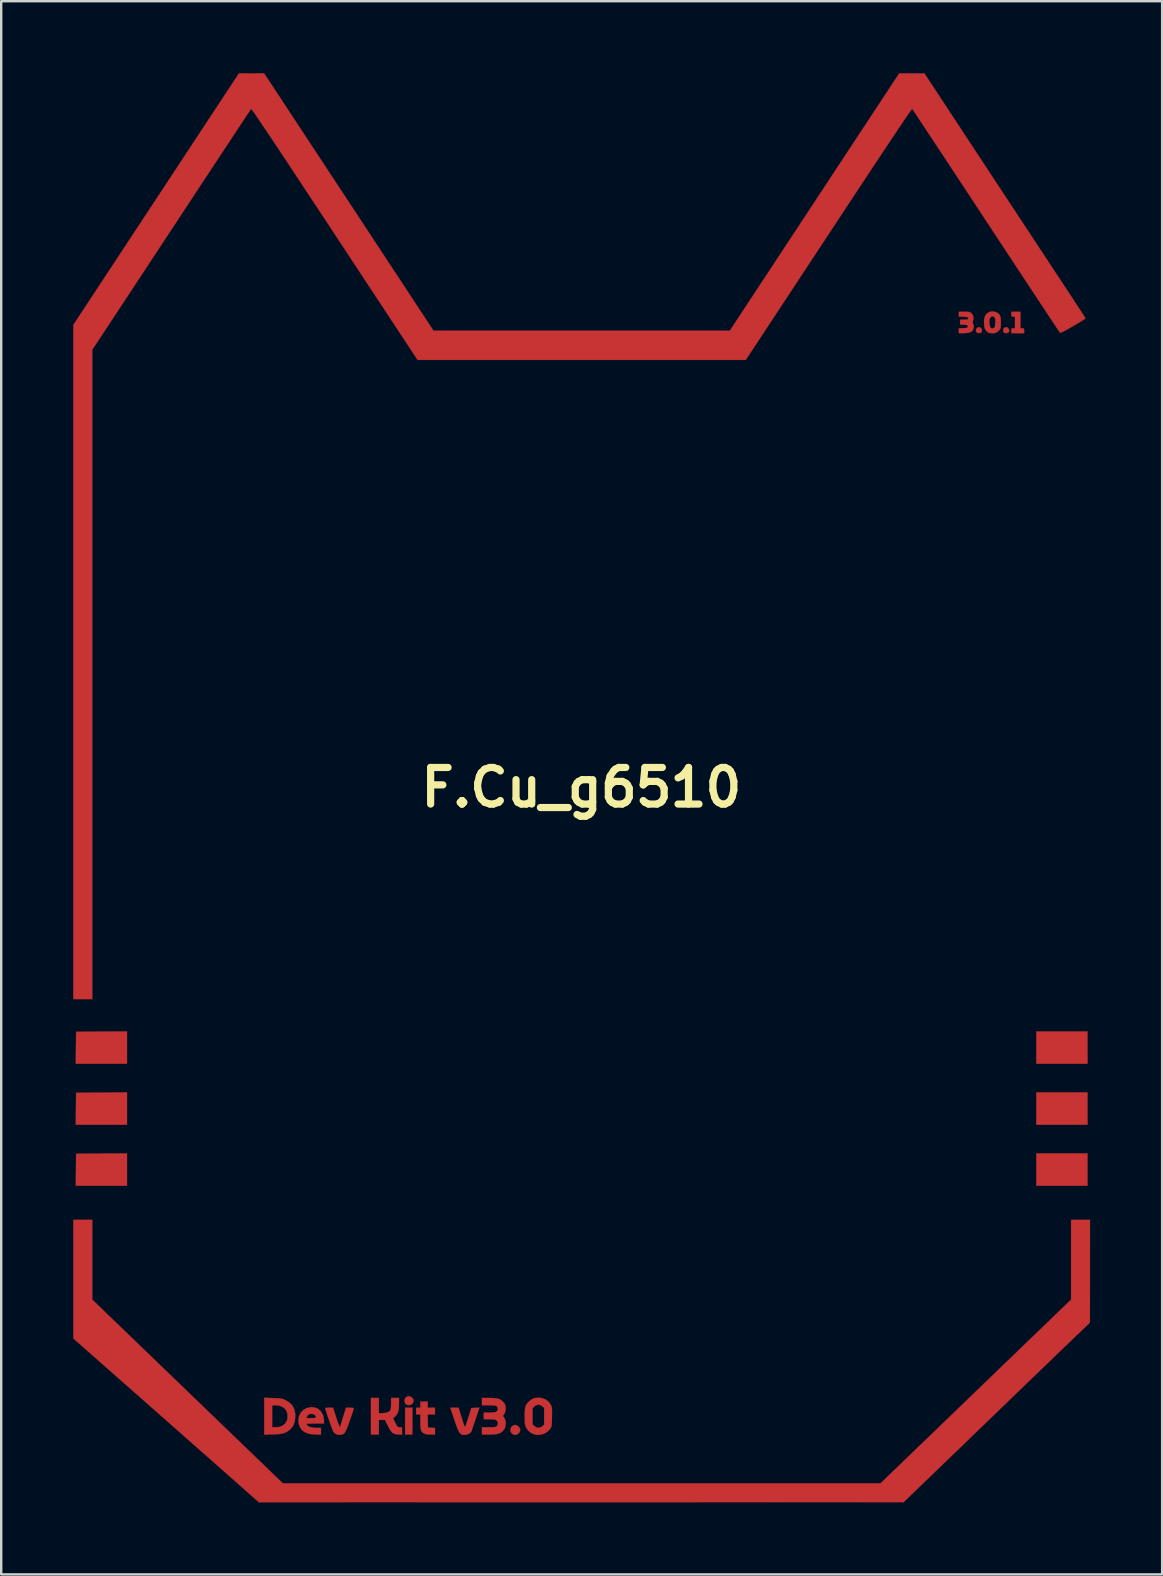
<source format=kicad_pcb>
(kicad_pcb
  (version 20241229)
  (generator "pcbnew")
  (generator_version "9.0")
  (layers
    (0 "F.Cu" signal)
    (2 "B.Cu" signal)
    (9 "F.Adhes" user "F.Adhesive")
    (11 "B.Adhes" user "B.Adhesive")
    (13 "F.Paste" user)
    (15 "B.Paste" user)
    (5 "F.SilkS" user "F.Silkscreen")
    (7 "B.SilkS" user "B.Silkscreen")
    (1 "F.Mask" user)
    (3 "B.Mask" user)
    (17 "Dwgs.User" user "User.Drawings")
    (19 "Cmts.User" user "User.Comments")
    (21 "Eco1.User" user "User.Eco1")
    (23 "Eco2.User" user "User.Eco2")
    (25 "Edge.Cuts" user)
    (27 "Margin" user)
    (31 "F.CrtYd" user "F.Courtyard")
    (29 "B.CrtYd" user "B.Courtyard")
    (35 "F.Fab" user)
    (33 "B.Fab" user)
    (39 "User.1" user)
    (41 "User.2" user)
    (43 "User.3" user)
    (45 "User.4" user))
  (footprint "F.Cu_g6510"
    (layer "F.Cu")
    (at 21.163 29.748)
    (property "Reference" "F.Cu_g6510" (at 0 0 0) (layer "F.SilkS") (effects (font (size 1.524 1.524) (thickness 0.3))))
    (attr through_hole)
    (fp_poly (pts (xy -18.923 11.506) (xy -21.057 11.506) (xy -21.044 10.173) (xy -18.923 10.159) (xy -18.923 11.506)) (stroke (width 0.01) (type solid)) (fill yes) (layer "F.Cu"))
    (fp_poly (pts (xy -18.923 14.046) (xy -21.057 14.046) (xy -21.044 12.713) (xy -18.923 12.699) (xy -18.923 14.046)) (stroke (width 0.01) (type solid)) (fill yes) (layer "F.Cu"))
    (fp_poly (pts (xy -18.923 16.586) (xy -21.057 16.586) (xy -21.044 15.253) (xy -18.923 15.239) (xy -18.923 16.586)) (stroke (width 0.01) (type solid)) (fill yes) (layer "F.Cu"))
    (fp_poly (pts (xy -7.036 26.949) (xy -7.341 26.949) (xy -7.341 25.832) (xy -7.036 25.832) (xy -7.036 26.949)) (stroke (width 0.01) (type solid)) (fill yes) (layer "F.Cu"))
    (fp_poly (pts (xy 21.082 11.506) (xy 18.948 11.506) (xy 18.948 10.16) (xy 21.082 10.16) (xy 21.082 11.506)) (stroke (width 0.01) (type solid)) (fill yes) (layer "F.Cu"))
    (fp_poly (pts (xy 21.082 14.046) (xy 18.948 14.046) (xy 18.948 12.7) (xy 21.082 12.7) (xy 21.082 14.046)) (stroke (width 0.01) (type solid)) (fill yes) (layer "F.Cu"))
    (fp_poly (pts (xy 21.082 16.586) (xy 18.948 16.586) (xy 18.948 15.24) (xy 21.082 15.24) (xy 21.082 16.586)) (stroke (width 0.01) (type solid)) (fill yes) (layer "F.Cu"))
    (fp_poly (pts (xy 16.597 -19.164) (xy 16.636 -19.14) (xy 16.679 -19.075) (xy 16.684 -19.005) (xy 16.657 -18.953) (xy 16.602 -18.928) (xy 16.531 -18.927) (xy 16.471 -18.949) (xy 16.46 -18.96) (xy 16.432 -19.024) (xy 16.441 -19.087) (xy 16.479 -19.138) (xy 16.534 -19.168) (xy 16.597 -19.164)) (stroke (width 0.01) (type solid)) (fill yes) (layer "F.Cu"))
    (fp_poly (pts (xy 17.763 -19.152) (xy 17.796 -19.112) (xy 17.824 -19.035) (xy 17.807 -18.972) (xy 17.75 -18.932) (xy 17.691 -18.923) (xy 17.625 -18.931) (xy 17.589 -18.961) (xy 17.577 -18.986) (xy 17.565 -19.069) (xy 17.599 -19.132) (xy 17.629 -19.152) (xy 17.704 -19.175) (xy 17.763 -19.152)) (stroke (width 0.01) (type solid)) (fill yes) (layer "F.Cu"))
    (fp_poly (pts (xy -7.106 25.371) (xy -7.036 25.425) (xy -6.992 25.498) (xy -6.985 25.54) (xy -7.007 25.621) (xy -7.063 25.683) (xy -7.14 25.719) (xy -7.224 25.724) (xy -7.3 25.693) (xy -7.315 25.679) (xy -7.361 25.604) (xy -7.367 25.52) (xy -7.34 25.44) (xy -7.284 25.379) (xy -7.204 25.35) (xy -7.187 25.349) (xy -7.106 25.371)) (stroke (width 0.01) (type solid)) (fill yes) (layer "F.Cu"))
    (fp_poly (pts (xy -2.704 26.556) (xy -2.619 26.613) (xy -2.614 26.617) (xy -2.554 26.702) (xy -2.545 26.787) (xy -2.587 26.871) (xy -2.597 26.884) (xy -2.681 26.947) (xy -2.772 26.963) (xy -2.845 26.943) (xy -2.92 26.879) (xy -2.956 26.796) (xy -2.952 26.705) (xy -2.907 26.622) (xy -2.877 26.593) (xy -2.79 26.549) (xy -2.704 26.556)) (stroke (width 0.01) (type solid)) (fill yes) (layer "F.Cu"))
    (fp_poly (pts (xy 18.288 -19.126) (xy 18.364 -19.126) (xy 18.413 -19.122) (xy 18.435 -19.1) (xy 18.44 -19.046) (xy 18.44 -19.025) (xy 18.44 -18.923) (xy 17.907 -18.923) (xy 17.907 -19.025) (xy 17.91 -19.09) (xy 17.926 -19.119) (xy 17.967 -19.126) (xy 17.983 -19.126) (xy 18.059 -19.126) (xy 18.059 -19.609) (xy 17.983 -19.609) (xy 17.934 -19.613) (xy 17.913 -19.635) (xy 17.907 -19.689) (xy 17.907 -19.71) (xy 17.907 -19.812) (xy 18.288 -19.812) (xy 18.288 -19.126)) (stroke (width 0.01) (type solid)) (fill yes) (layer "F.Cu"))
    (fp_poly (pts (xy -6.401 25.832) (xy -6.096 25.832) (xy -6.096 26.111) (xy -6.403 26.111) (xy -6.395 26.384) (xy -6.388 26.657) (xy -6.242 26.665) (xy -6.096 26.673) (xy -6.096 26.949) (xy -6.267 26.947) (xy -6.361 26.945) (xy -6.437 26.939) (xy -6.477 26.933) (xy -6.561 26.9) (xy -6.622 26.858) (xy -6.664 26.8) (xy -6.689 26.718) (xy -6.702 26.603) (xy -6.706 26.447) (xy -6.706 26.417) (xy -6.706 26.111) (xy -6.883 26.111) (xy -6.883 25.832) (xy -6.706 25.832) (xy -6.706 25.578) (xy -6.401 25.578) (xy -6.401 25.832)) (stroke (width 0.01) (type solid)) (fill yes) (layer "F.Cu"))
    (fp_poly (pts (xy -4.406 26.307) (xy -4.456 26.456) (xy -4.502 26.591) (xy -4.54 26.702) (xy -4.568 26.783) (xy -4.583 26.825) (xy -4.584 26.827) (xy -4.633 26.887) (xy -4.717 26.934) (xy -4.819 26.96) (xy -4.923 26.962) (xy -4.945 26.958) (xy -4.993 26.942) (xy -5.036 26.914) (xy -5.076 26.866) (xy -5.117 26.794) (xy -5.162 26.692) (xy -5.214 26.553) (xy -5.277 26.372) (xy -5.29 26.332) (xy -5.457 25.832) (xy -5.114 25.832) (xy -4.989 26.238) (xy -4.947 26.372) (xy -4.909 26.488) (xy -4.878 26.577) (xy -4.857 26.631) (xy -4.85 26.644) (xy -4.838 26.621) (xy -4.813 26.558) (xy -4.78 26.462) (xy -4.74 26.342) (xy -4.709 26.245) (xy -4.583 25.845) (xy -4.414 25.837) (xy -4.245 25.83) (xy -4.406 26.307)) (stroke (width 0.01) (type solid)) (fill yes) (layer "F.Cu"))
    (fp_poly (pts (xy -8.433 26.06) (xy -8.312 26.06) (xy -8.171 26.049) (xy -8.057 26.018) (xy -7.979 25.97) (xy -7.964 25.952) (xy -7.943 25.903) (xy -7.93 25.822) (xy -7.925 25.701) (xy -7.925 25.661) (xy -7.925 25.425) (xy -7.595 25.425) (xy -7.595 25.66) (xy -7.599 25.824) (xy -7.615 25.949) (xy -7.645 26.045) (xy -7.691 26.123) (xy -7.746 26.183) (xy -7.842 26.275) (xy -7.751 26.46) (xy -7.705 26.551) (xy -7.671 26.606) (xy -7.641 26.634) (xy -7.604 26.643) (xy -7.564 26.645) (xy -7.468 26.645) (xy -7.468 26.955) (xy -7.632 26.945) (xy -7.737 26.933) (xy -7.819 26.908) (xy -7.886 26.861) (xy -7.947 26.787) (xy -8.012 26.676) (xy -8.057 26.585) (xy -8.177 26.34) (xy -8.433 26.34) (xy -8.433 26.949) (xy -8.763 26.949) (xy -8.763 25.425) (xy -8.433 25.425) (xy -8.433 26.06)) (stroke (width 0.01) (type solid)) (fill yes) (layer "F.Cu"))
    (fp_poly (pts (xy -12.84 25.431) (xy -12.694 25.436) (xy -12.587 25.443) (xy -12.508 25.452) (xy -12.445 25.466) (xy -12.387 25.487) (xy -12.322 25.518) (xy -12.308 25.524) (xy -12.148 25.625) (xy -12.031 25.748) (xy -11.955 25.898) (xy -11.919 26.078) (xy -11.916 26.233) (xy -11.941 26.421) (xy -12 26.576) (xy -12.096 26.704) (xy -12.176 26.774) (xy -12.256 26.83) (xy -12.333 26.871) (xy -12.417 26.9) (xy -12.519 26.92) (xy -12.65 26.933) (xy -12.82 26.941) (xy -12.846 26.942) (xy -13.208 26.956) (xy -13.208 26.645) (xy -12.878 26.645) (xy -12.719 26.644) (xy -12.598 26.636) (xy -12.503 26.608) (xy -12.461 26.587) (xy -12.344 26.498) (xy -12.271 26.387) (xy -12.243 26.292) (xy -12.235 26.129) (xy -12.271 25.988) (xy -12.347 25.873) (xy -12.459 25.789) (xy -12.603 25.741) (xy -12.719 25.731) (xy -12.878 25.73) (xy -12.878 26.645) (xy -13.208 26.645) (xy -13.208 25.418) (xy -12.84 25.431)) (stroke (width 0.01) (type solid)) (fill yes) (layer "F.Cu"))
    (fp_poly (pts (xy 16.064 -19.811) (xy 16.136 -19.806) (xy 16.185 -19.794) (xy 16.221 -19.772) (xy 16.258 -19.738) (xy 16.316 -19.648) (xy 16.335 -19.543) (xy 16.312 -19.441) (xy 16.307 -19.432) (xy 16.297 -19.374) (xy 16.321 -19.293) (xy 16.321 -19.291) (xy 16.345 -19.214) (xy 16.341 -19.145) (xy 16.331 -19.109) (xy 16.288 -19.027) (xy 16.22 -18.97) (xy 16.12 -18.937) (xy 15.98 -18.924) (xy 15.932 -18.923) (xy 15.723 -18.923) (xy 15.723 -19.124) (xy 15.907 -19.131) (xy 16.002 -19.136) (xy 16.057 -19.144) (xy 16.083 -19.158) (xy 16.09 -19.184) (xy 16.091 -19.202) (xy 16.087 -19.237) (xy 16.069 -19.257) (xy 16.025 -19.267) (xy 15.943 -19.273) (xy 15.932 -19.273) (xy 15.773 -19.281) (xy 15.773 -19.482) (xy 15.936 -19.482) (xy 16.037 -19.486) (xy 16.094 -19.5) (xy 16.112 -19.517) (xy 16.111 -19.562) (xy 16.067 -19.591) (xy 15.977 -19.606) (xy 15.895 -19.609) (xy 15.723 -19.609) (xy 15.723 -19.812) (xy 15.953 -19.812) (xy 16.064 -19.811)) (stroke (width 0.01) (type solid)) (fill yes) (layer "F.Cu"))
    (fp_poly (pts (xy -20.371 19.668) (xy -20.371 21.328) (xy -16.402 25.155) (xy -12.433 28.981) (xy 12.46 28.981) (xy 20.396 21.329) (xy 20.396 18.009) (xy 21.184 18.009) (xy 21.183 20.149) (xy 21.181 22.288) (xy 20.617 22.827) (xy 20.539 22.902) (xy 20.426 23.011) (xy 20.281 23.15) (xy 20.107 23.318) (xy 19.904 23.512) (xy 19.677 23.731) (xy 19.426 23.973) (xy 19.155 24.234) (xy 18.865 24.514) (xy 18.559 24.809) (xy 18.239 25.117) (xy 17.907 25.438) (xy 17.566 25.767) (xy 17.217 26.103) (xy 16.864 26.445) (xy 16.739 26.565) (xy 13.424 29.765) (xy -0.005 29.767) (xy -13.434 29.769) (xy -14.157 29.127) (xy -14.258 29.038) (xy -14.394 28.918) (xy -14.563 28.768) (xy -14.762 28.592) (xy -14.989 28.392) (xy -15.24 28.17) (xy -15.514 27.928) (xy -15.807 27.669) (xy -16.118 27.395) (xy -16.442 27.108) (xy -16.778 26.811) (xy -17.124 26.507) (xy -17.475 26.196) (xy -17.83 25.883) (xy -18.018 25.718) (xy -21.156 22.949) (xy -21.157 20.479) (xy -21.158 18.009) (xy -20.371 18.009) (xy -20.371 19.668)) (stroke (width 0.01) (type solid)) (fill yes) (layer "F.Cu"))
    (fp_poly (pts (xy -10.211 26.239) (xy -10.167 26.372) (xy -10.126 26.485) (xy -10.092 26.571) (xy -10.068 26.621) (xy -10.057 26.631) (xy -10.034 26.596) (xy -10.033 26.589) (xy -10.026 26.557) (xy -10.005 26.485) (xy -9.975 26.383) (xy -9.937 26.261) (xy -9.917 26.197) (xy -9.802 25.832) (xy -9.638 25.832) (xy -9.54 25.836) (xy -9.488 25.847) (xy -9.476 25.864) (xy -9.485 25.896) (xy -9.508 25.969) (xy -9.543 26.074) (xy -9.587 26.204) (xy -9.638 26.35) (xy -9.647 26.376) (xy -9.712 26.555) (xy -9.765 26.693) (xy -9.81 26.794) (xy -9.851 26.865) (xy -9.893 26.912) (xy -9.939 26.94) (xy -9.993 26.956) (xy -10.034 26.963) (xy -10.122 26.961) (xy -10.203 26.939) (xy -10.272 26.895) (xy -10.324 26.84) (xy -10.342 26.802) (xy -10.372 26.726) (xy -10.411 26.62) (xy -10.456 26.496) (xy -10.504 26.361) (xy -10.551 26.225) (xy -10.594 26.097) (xy -10.63 25.987) (xy -10.655 25.904) (xy -10.667 25.857) (xy -10.668 25.852) (xy -10.645 25.842) (xy -10.584 25.834) (xy -10.504 25.832) (xy -10.34 25.832) (xy -10.211 26.239)) (stroke (width 0.01) (type solid)) (fill yes) (layer "F.Cu"))
    (fp_poly (pts (xy 17.238 -19.807) (xy 17.284 -19.79) (xy 17.366 -19.742) (xy 17.423 -19.681) (xy 17.457 -19.595) (xy 17.472 -19.478) (xy 17.471 -19.323) (xy 17.466 -19.214) (xy 17.459 -19.143) (xy 17.444 -19.096) (xy 17.417 -19.058) (xy 17.374 -19.016) (xy 17.368 -19.01) (xy 17.309 -18.961) (xy 17.256 -18.935) (xy 17.19 -18.924) (xy 17.117 -18.923) (xy 17.027 -18.926) (xy 16.968 -18.938) (xy 16.92 -18.968) (xy 16.879 -19.006) (xy 16.827 -19.069) (xy 16.796 -19.139) (xy 16.778 -19.236) (xy 16.771 -19.372) (xy 16.993 -19.372) (xy 17.004 -19.248) (xy 17.035 -19.163) (xy 17.084 -19.119) (xy 17.148 -19.121) (xy 17.183 -19.138) (xy 17.211 -19.165) (xy 17.228 -19.208) (xy 17.237 -19.282) (xy 17.241 -19.354) (xy 17.243 -19.46) (xy 17.235 -19.529) (xy 17.216 -19.573) (xy 17.206 -19.586) (xy 17.149 -19.628) (xy 17.093 -19.622) (xy 17.043 -19.583) (xy 17.013 -19.541) (xy 16.998 -19.48) (xy 16.993 -19.387) (xy 16.993 -19.372) (xy 16.771 -19.372) (xy 16.769 -19.427) (xy 16.792 -19.58) (xy 16.85 -19.696) (xy 16.876 -19.726) (xy 16.983 -19.801) (xy 17.105 -19.829) (xy 17.238 -19.807)) (stroke (width 0.01) (type solid)) (fill yes) (layer "F.Cu"))
    (fp_poly (pts (xy -11.074 25.83) (xy -10.941 25.895) (xy -10.836 25.999) (xy -10.762 26.135) (xy -10.724 26.3) (xy -10.719 26.389) (xy -10.719 26.492) (xy -11.088 26.492) (xy -11.231 26.492) (xy -11.331 26.494) (xy -11.394 26.497) (xy -11.428 26.504) (xy -11.439 26.516) (xy -11.435 26.533) (xy -11.429 26.545) (xy -11.368 26.606) (xy -11.262 26.647) (xy -11.115 26.668) (xy -11.037 26.67) (xy -10.846 26.67) (xy -10.846 26.949) (xy -11.043 26.948) (xy -11.157 26.943) (xy -11.269 26.931) (xy -11.354 26.915) (xy -11.355 26.915) (xy -11.509 26.857) (xy -11.624 26.774) (xy -11.709 26.661) (xy -11.72 26.639) (xy -11.773 26.484) (xy -11.784 26.328) (xy -11.772 26.264) (xy -11.457 26.264) (xy -11.253 26.264) (xy -11.148 26.262) (xy -11.086 26.255) (xy -11.056 26.242) (xy -11.049 26.226) (xy -11.071 26.169) (xy -11.126 26.118) (xy -11.197 26.089) (xy -11.225 26.086) (xy -11.317 26.096) (xy -11.378 26.131) (xy -11.419 26.19) (xy -11.457 26.264) (xy -11.772 26.264) (xy -11.755 26.179) (xy -11.691 26.046) (xy -11.594 25.937) (xy -11.468 25.86) (xy -11.424 25.845) (xy -11.336 25.823) (xy -11.258 25.809) (xy -11.229 25.807) (xy -11.074 25.83)) (stroke (width 0.01) (type solid)) (fill yes) (layer "F.Cu"))
    (fp_poly (pts (xy -1.6 25.442) (xy -1.457 25.508) (xy -1.341 25.609) (xy -1.272 25.714) (xy -1.25 25.762) (xy -1.235 25.81) (xy -1.226 25.867) (xy -1.222 25.943) (xy -1.221 26.048) (xy -1.223 26.192) (xy -1.224 26.222) (xy -1.227 26.372) (xy -1.231 26.48) (xy -1.237 26.556) (xy -1.247 26.611) (xy -1.263 26.652) (xy -1.286 26.691) (xy -1.308 26.724) (xy -1.417 26.836) (xy -1.555 26.915) (xy -1.712 26.958) (xy -1.875 26.96) (xy -1.943 26.947) (xy -2.093 26.885) (xy -2.216 26.784) (xy -2.306 26.65) (xy -2.337 26.566) (xy -2.35 26.493) (xy -2.357 26.384) (xy -2.361 26.253) (xy -2.36 26.114) (xy -2.356 25.981) (xy -2.347 25.87) (xy -2.344 25.853) (xy -2.032 25.853) (xy -2.032 26.522) (xy -1.958 26.596) (xy -1.866 26.657) (xy -1.767 26.67) (xy -1.666 26.633) (xy -1.628 26.604) (xy -1.549 26.538) (xy -1.549 25.836) (xy -1.628 25.771) (xy -1.727 25.714) (xy -1.827 25.707) (xy -1.923 25.749) (xy -1.958 25.779) (xy -2.032 25.853) (xy -2.344 25.853) (xy -2.334 25.794) (xy -2.281 25.682) (xy -2.191 25.577) (xy -2.078 25.49) (xy -1.956 25.434) (xy -1.928 25.427) (xy -1.76 25.413) (xy -1.6 25.442)) (stroke (width 0.01) (type solid)) (fill yes) (layer "F.Cu"))
    (fp_poly (pts (xy -3.854 25.426) (xy -3.728 25.428) (xy -3.611 25.434) (xy -3.519 25.444) (xy -3.474 25.452) (xy -3.358 25.505) (xy -3.254 25.59) (xy -3.187 25.681) (xy -3.154 25.79) (xy -3.152 25.914) (xy -3.179 26.032) (xy -3.208 26.088) (xy -3.266 26.175) (xy -3.208 26.261) (xy -3.167 26.344) (xy -3.15 26.445) (xy -3.15 26.484) (xy -3.165 26.625) (xy -3.214 26.736) (xy -3.302 26.831) (xy -3.371 26.879) (xy -3.451 26.913) (xy -3.552 26.935) (xy -3.684 26.946) (xy -3.854 26.949) (xy -4.14 26.949) (xy -4.14 26.645) (xy -3.852 26.645) (xy -3.724 26.644) (xy -3.637 26.64) (xy -3.581 26.632) (xy -3.545 26.617) (xy -3.52 26.596) (xy -3.519 26.595) (xy -3.479 26.519) (xy -3.481 26.437) (xy -3.522 26.368) (xy -3.53 26.36) (xy -3.569 26.338) (xy -3.623 26.323) (xy -3.705 26.316) (xy -3.826 26.314) (xy -4.064 26.314) (xy -4.064 26.035) (xy -3.828 26.035) (xy -3.684 26.03) (xy -3.583 26.014) (xy -3.52 25.984) (xy -3.487 25.937) (xy -3.48 25.883) (xy -3.486 25.823) (xy -3.508 25.781) (xy -3.553 25.753) (xy -3.63 25.738) (xy -3.745 25.731) (xy -3.85 25.73) (xy -4.14 25.73) (xy -4.14 25.425) (xy -3.854 25.426)) (stroke (width 0.01) (type solid)) (fill yes) (layer "F.Cu"))
    (fp_poly (pts (xy 13.763 -29.742) (xy 14.287 -29.741) (xy 15.837 -27.387) (xy 16.065 -27.039) (xy 16.318 -26.655) (xy 16.59 -26.241) (xy 16.878 -25.805) (xy 17.176 -25.351) (xy 17.482 -24.887) (xy 17.79 -24.42) (xy 18.096 -23.955) (xy 18.397 -23.498) (xy 18.688 -23.057) (xy 18.964 -22.638) (xy 19.186 -22.301) (xy 19.408 -21.964) (xy 19.622 -21.639) (xy 19.828 -21.327) (xy 20.022 -21.032) (xy 20.203 -20.757) (xy 20.37 -20.503) (xy 20.521 -20.273) (xy 20.654 -20.07) (xy 20.768 -19.897) (xy 20.86 -19.755) (xy 20.93 -19.648) (xy 20.976 -19.577) (xy 20.996 -19.546) (xy 20.996 -19.545) (xy 20.978 -19.526) (xy 20.922 -19.485) (xy 20.833 -19.428) (xy 20.717 -19.356) (xy 20.581 -19.275) (xy 20.483 -19.218) (xy 20.314 -19.121) (xy 20.184 -19.048) (xy 20.086 -18.997) (xy 20.017 -18.964) (xy 19.971 -18.947) (xy 19.942 -18.944) (xy 19.927 -18.952) (xy 19.91 -18.976) (xy 19.867 -19.041) (xy 19.798 -19.144) (xy 19.705 -19.284) (xy 19.59 -19.458) (xy 19.452 -19.666) (xy 19.295 -19.904) (xy 19.119 -20.171) (xy 18.925 -20.465) (xy 18.714 -20.783) (xy 18.489 -21.125) (xy 18.25 -21.488) (xy 17.998 -21.87) (xy 17.735 -22.269) (xy 17.463 -22.683) (xy 17.181 -23.111) (xy 16.892 -23.55) (xy 16.853 -23.609) (xy 16.563 -24.05) (xy 16.281 -24.479) (xy 16.007 -24.895) (xy 15.743 -25.296) (xy 15.49 -25.68) (xy 15.249 -26.045) (xy 15.022 -26.39) (xy 14.81 -26.711) (xy 14.614 -27.008) (xy 14.435 -27.279) (xy 14.276 -27.521) (xy 14.136 -27.732) (xy 14.018 -27.911) (xy 13.922 -28.055) (xy 13.85 -28.163) (xy 13.803 -28.233) (xy 13.783 -28.262) (xy 13.783 -28.263) (xy 13.773 -28.257) (xy 13.75 -28.23) (xy 13.713 -28.181) (xy 13.661 -28.109) (xy 13.594 -28.013) (xy 13.51 -27.891) (xy 13.41 -27.744) (xy 13.291 -27.568) (xy 13.154 -27.364) (xy 12.997 -27.129) (xy 12.82 -26.864) (xy 12.622 -26.566) (xy 12.402 -26.234) (xy 12.159 -25.868) (xy 11.893 -25.466) (xy 11.603 -25.027) (xy 11.289 -24.55) (xy 10.948 -24.034) (xy 10.581 -23.477) (xy 10.3 -23.05) (xy 6.845 -17.806) (xy -6.82 -17.806) (xy -10.274 -23.05) (xy -10.66 -23.637) (xy -11.02 -24.182) (xy -11.353 -24.687) (xy -11.661 -25.153) (xy -11.944 -25.581) (xy -12.203 -25.973) (xy -12.439 -26.329) (xy -12.652 -26.651) (xy -12.844 -26.94) (xy -13.015 -27.196) (xy -13.167 -27.422) (xy -13.299 -27.618) (xy -13.412 -27.786) (xy -13.508 -27.927) (xy -13.587 -28.041) (xy -13.65 -28.13) (xy -13.698 -28.196) (xy -13.731 -28.239) (xy -13.751 -28.261) (xy -13.757 -28.263) (xy -13.773 -28.239) (xy -13.816 -28.175) (xy -13.885 -28.072) (xy -13.977 -27.933) (xy -14.093 -27.758) (xy -14.229 -27.552) (xy -14.386 -27.314) (xy -14.562 -27.048) (xy -14.756 -26.754) (xy -14.966 -26.436) (xy -15.191 -26.095) (xy -15.429 -25.733) (xy -15.681 -25.352) (xy -15.943 -24.954) (xy -16.215 -24.541) (xy -16.496 -24.114) (xy -16.784 -23.677) (xy -16.803 -23.647) (xy -17.096 -23.203) (xy -17.383 -22.767) (xy -17.664 -22.341) (xy -17.936 -21.927) (xy -18.199 -21.527) (xy -18.452 -21.144) (xy -18.692 -20.779) (xy -18.918 -20.436) (xy -19.129 -20.116) (xy -19.323 -19.821) (xy -19.5 -19.553) (xy -19.656 -19.315) (xy -19.792 -19.109) (xy -19.906 -18.936) (xy -19.996 -18.8) (xy -20.06 -18.702) (xy -20.096 -18.648) (xy -20.371 -18.234) (xy -20.371 8.814) (xy -21.158 8.814) (xy -21.158 -19.266) (xy -17.71 -24.503) (xy -14.262 -29.741) (xy -13.738 -29.742) (xy -13.213 -29.743) (xy -9.686 -24.385) (xy -6.16 -19.027) (xy 6.185 -19.027) (xy 9.712 -24.385) (xy 13.239 -29.743) (xy 13.763 -29.742)) (stroke (width 0.01) (type solid)) (fill yes) (layer "F.Cu")))
  (gr_rect
    (start -3 -3)
    (end 45.352 62.522)
    (stroke (width 0.1) (type default))
    (fill no)
    (layer "Edge.Cuts")))
</source>
